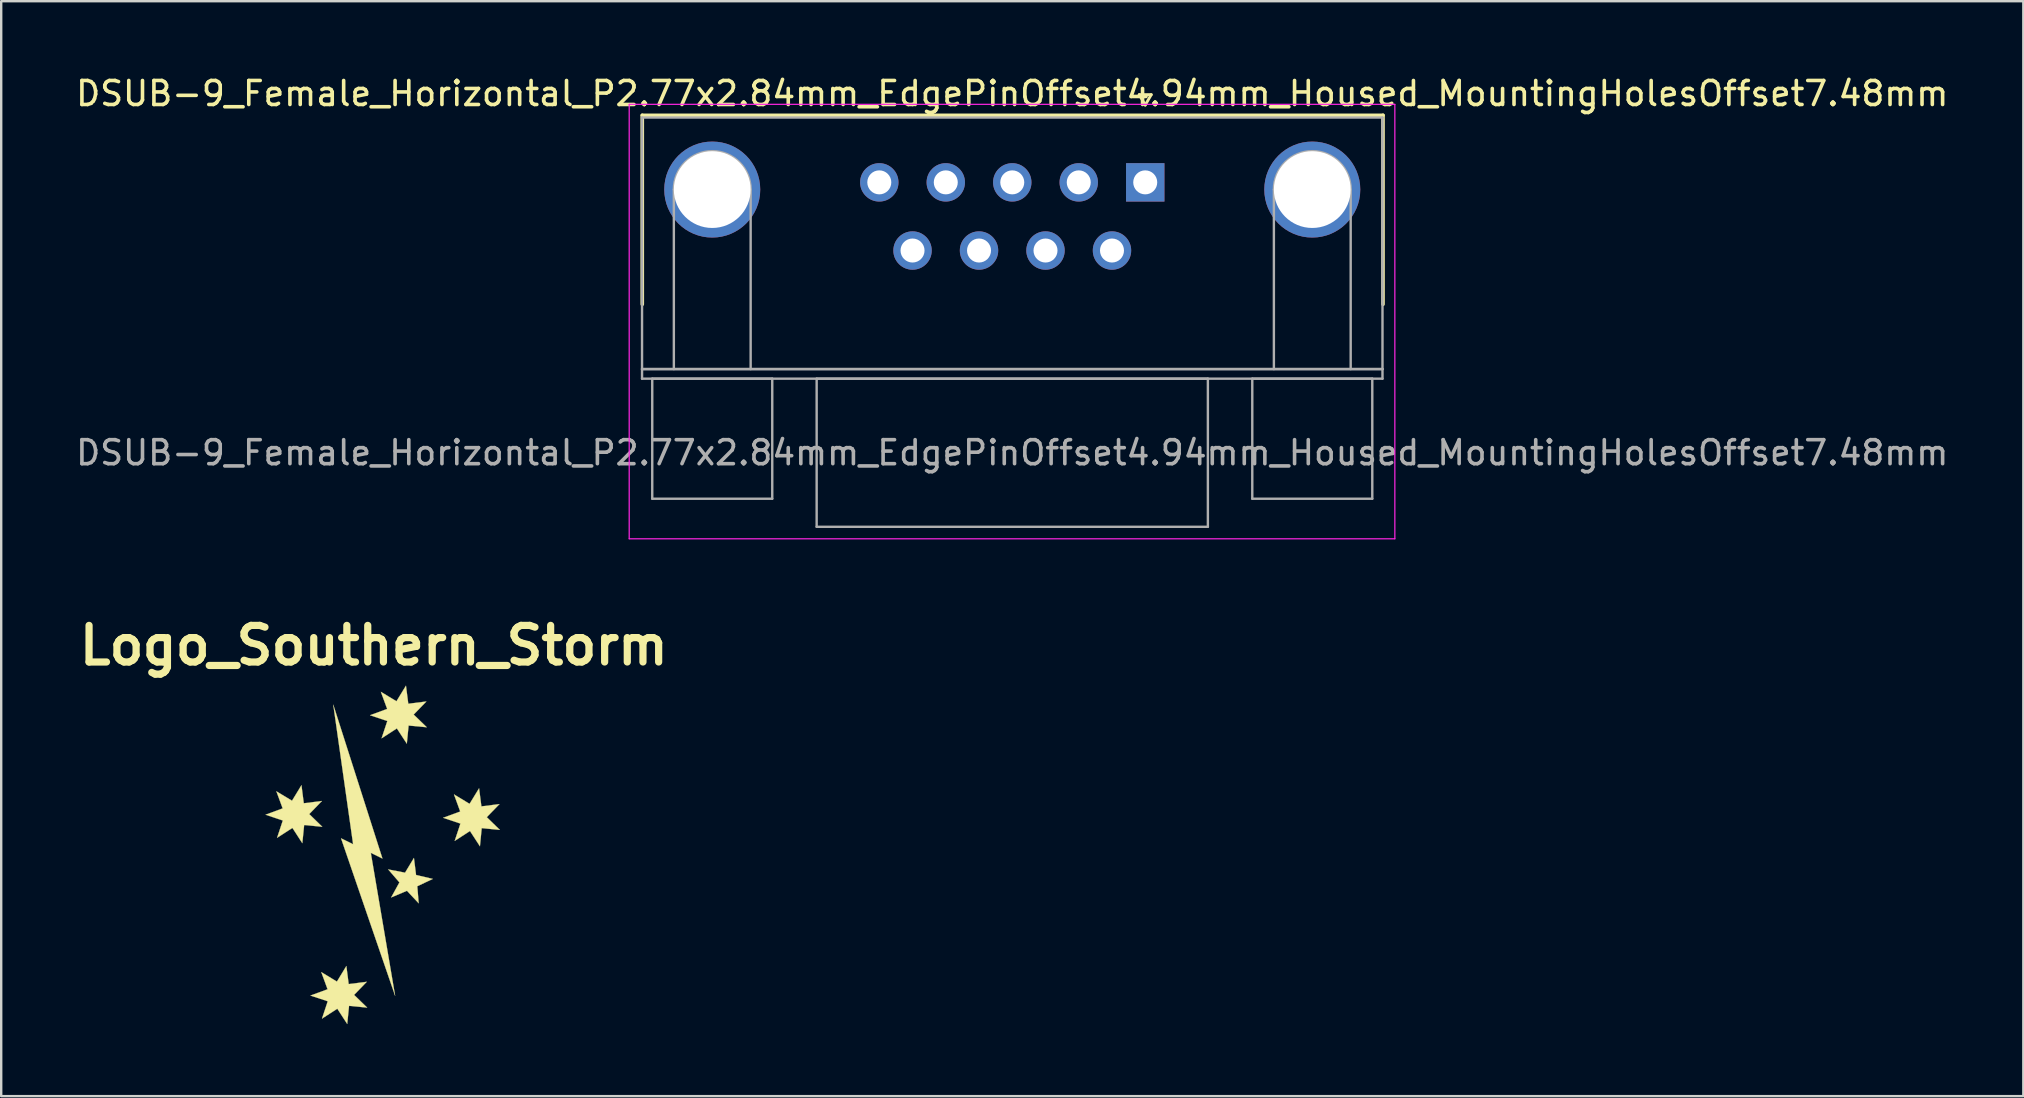
<source format=kicad_pcb>
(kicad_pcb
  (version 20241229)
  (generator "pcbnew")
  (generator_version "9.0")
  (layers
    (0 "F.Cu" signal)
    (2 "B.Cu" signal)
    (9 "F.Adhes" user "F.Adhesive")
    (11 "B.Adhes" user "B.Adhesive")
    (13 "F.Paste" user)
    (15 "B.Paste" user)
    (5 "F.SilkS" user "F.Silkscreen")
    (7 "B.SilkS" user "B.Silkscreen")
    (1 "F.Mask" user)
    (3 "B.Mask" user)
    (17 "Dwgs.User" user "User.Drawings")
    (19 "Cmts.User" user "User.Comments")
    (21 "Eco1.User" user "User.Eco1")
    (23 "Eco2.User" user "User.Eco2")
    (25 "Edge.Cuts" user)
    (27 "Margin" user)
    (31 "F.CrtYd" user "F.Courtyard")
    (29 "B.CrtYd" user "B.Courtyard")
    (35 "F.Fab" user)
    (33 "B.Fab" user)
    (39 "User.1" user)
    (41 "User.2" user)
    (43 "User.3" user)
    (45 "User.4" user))
  (footprint "DSUB-9_Female_Horizontal_P2.77x2.84mm_EdgePinOffset4.94mm_Housed_MountingHolesOffset7.48mm"
    (layer "F.Cu")
    (at 44.665 4.548)
    (property "Reference" "DSUB-9_Female_Horizontal_P2.77x2.84mm_EdgePinOffset4.94mm_Housed_MountingHolesOffset7.48mm" (at -5.54 -3.7 0) (layer "F.SilkS") (effects (font (size 1 1) (thickness 0.15))))
    (attr through_hole)
    (fp_line (start -20.955 -2.794) (end -20.955 5.08) (stroke (width 0.15) (type solid)) (layer "F.SilkS"))
    (fp_line (start -20.955 -2.794) (end 9.906 -2.794) (stroke (width 0.15) (type solid)) (layer "F.SilkS"))
    (fp_line (start -0.25 -3.654) (end 0.25 -3.654) (stroke (width 0.12) (type solid)) (layer "F.SilkS"))
    (fp_line (start 0 -3.221) (end -0.25 -3.654) (stroke (width 0.12) (type solid)) (layer "F.SilkS"))
    (fp_line (start 0.25 -3.654) (end 0 -3.221) (stroke (width 0.12) (type solid)) (layer "F.SilkS"))
    (fp_line (start 9.906 -2.794) (end 9.906 5.08) (stroke (width 0.15) (type solid)) (layer "F.SilkS"))
    (fp_line (start -21.5 -3.25) (end -21.5 14.85) (stroke (width 0.05) (type solid)) (layer "F.CrtYd"))
    (fp_line (start -21.5 14.85) (end 10.4 14.85) (stroke (width 0.05) (type solid)) (layer "F.CrtYd"))
    (fp_line (start 10.4 -3.25) (end -21.5 -3.25) (stroke (width 0.05) (type solid)) (layer "F.CrtYd"))
    (fp_line (start 10.4 14.85) (end 10.4 -3.25) (stroke (width 0.05) (type solid)) (layer "F.CrtYd"))
    (fp_line (start -20.965 -2.7) (end -20.965 7.78) (stroke (width 0.1) (type solid)) (layer "F.Fab"))
    (fp_line (start -20.965 7.78) (end -20.965 8.18) (stroke (width 0.1) (type solid)) (layer "F.Fab"))
    (fp_line (start -20.965 7.78) (end 9.885 7.78) (stroke (width 0.1) (type solid)) (layer "F.Fab"))
    (fp_line (start -20.965 8.18) (end 9.885 8.18) (stroke (width 0.1) (type solid)) (layer "F.Fab"))
    (fp_line (start -20.54 8.18) (end -20.54 13.18) (stroke (width 0.1) (type solid)) (layer "F.Fab"))
    (fp_line (start -20.54 13.18) (end -15.54 13.18) (stroke (width 0.1) (type solid)) (layer "F.Fab"))
    (fp_line (start -19.64 7.78) (end -19.64 0.3) (stroke (width 0.1) (type solid)) (layer "F.Fab"))
    (fp_line (start -16.44 7.78) (end -16.44 0.3) (stroke (width 0.1) (type solid)) (layer "F.Fab"))
    (fp_line (start -15.54 8.18) (end -20.54 8.18) (stroke (width 0.1) (type solid)) (layer "F.Fab"))
    (fp_line (start -15.54 13.18) (end -15.54 8.18) (stroke (width 0.1) (type solid)) (layer "F.Fab"))
    (fp_line (start -13.69 8.18) (end -13.69 14.35) (stroke (width 0.1) (type solid)) (layer "F.Fab"))
    (fp_line (start -13.69 14.35) (end 2.61 14.35) (stroke (width 0.1) (type solid)) (layer "F.Fab"))
    (fp_line (start 2.61 8.18) (end -13.69 8.18) (stroke (width 0.1) (type solid)) (layer "F.Fab"))
    (fp_line (start 2.61 14.35) (end 2.61 8.18) (stroke (width 0.1) (type solid)) (layer "F.Fab"))
    (fp_line (start 4.46 8.18) (end 4.46 13.18) (stroke (width 0.1) (type solid)) (layer "F.Fab"))
    (fp_line (start 4.46 13.18) (end 9.46 13.18) (stroke (width 0.1) (type solid)) (layer "F.Fab"))
    (fp_line (start 5.36 7.78) (end 5.36 0.3) (stroke (width 0.1) (type solid)) (layer "F.Fab"))
    (fp_line (start 8.56 7.78) (end 8.56 0.3) (stroke (width 0.1) (type solid)) (layer "F.Fab"))
    (fp_line (start 9.46 8.18) (end 4.46 8.18) (stroke (width 0.1) (type solid)) (layer "F.Fab"))
    (fp_line (start 9.46 13.18) (end 9.46 8.18) (stroke (width 0.1) (type solid)) (layer "F.Fab"))
    (fp_line (start 9.885 -2.7) (end -20.965 -2.7) (stroke (width 0.1) (type solid)) (layer "F.Fab"))
    (fp_line (start 9.885 7.78) (end -20.965 7.78) (stroke (width 0.1) (type solid)) (layer "F.Fab"))
    (fp_line (start 9.885 7.78) (end 9.885 -2.7) (stroke (width 0.1) (type solid)) (layer "F.Fab"))
    (fp_line (start 9.885 8.18) (end 9.885 7.78) (stroke (width 0.1) (type solid)) (layer "F.Fab"))
    (fp_arc (start -19.64 0.3) (mid -18.04 -1.3) (end -16.44 0.3) (stroke (width 0.1) (type solid)) (layer "F.Fab"))
    (fp_arc (start 5.36 0.3) (mid 6.96 -1.3) (end 8.56 0.3) (stroke (width 0.1) (type solid)) (layer "F.Fab"))
    (fp_text user "${REFERENCE}" (at -5.54 11.265 0) (layer "F.Fab") (effects (font (size 1 1) (thickness 0.15))))
    (pad "0" thru_hole circle (at -18.04 0.3) (size 4 4) (drill 3.2) (layers "*.Cu" "*.Mask"))
    (pad "0" thru_hole circle (at 6.96 0.3) (size 4 4) (drill 3.2) (layers "*.Cu" "*.Mask"))
    (pad "1" thru_hole rect (at 0 0) (size 1.6 1.6) (drill 1) (layers "*.Cu" "*.Mask"))
    (pad "2" thru_hole circle (at -2.77 0) (size 1.6 1.6) (drill 1) (layers "*.Cu" "*.Mask"))
    (pad "3" thru_hole circle (at -5.54 0) (size 1.6 1.6) (drill 1) (layers "*.Cu" "*.Mask"))
    (pad "4" thru_hole circle (at -8.31 0) (size 1.6 1.6) (drill 1) (layers "*.Cu" "*.Mask"))
    (pad "5" thru_hole circle (at -11.08 0) (size 1.6 1.6) (drill 1) (layers "*.Cu" "*.Mask"))
    (pad "6" thru_hole circle (at -1.385 2.84) (size 1.6 1.6) (drill 1) (layers "*.Cu" "*.Mask"))
    (pad "7" thru_hole circle (at -4.155 2.84) (size 1.6 1.6) (drill 1) (layers "*.Cu" "*.Mask"))
    (pad "8" thru_hole circle (at -6.925 2.84) (size 1.6 1.6) (drill 1) (layers "*.Cu" "*.Mask"))
    (pad "9" thru_hole circle (at -9.695 2.84) (size 1.6 1.6) (drill 1) (layers "*.Cu" "*.Mask")))
  (footprint "Logo_Southern_Storm"
    (layer "F.Cu")
    (at 12.526 23.841)
    (property "Reference" "Logo_Southern_Storm" (at 0 0 0) (layer "F.SilkS") (effects (font (size 1.524 1.524) (thickness 0.3))))
    (attr through_hole)
    (fp_poly (pts (xy 0.887 14.599) (xy -0.127 8.642) (xy 0.358 8.879) (xy -1.691 2.468) (xy -0.864 8.283) (xy -1.367 8.037) (xy 0.887 14.599)) (stroke (width 0.01) (type solid)) (fill yes) (layer "F.SilkS"))
    (fp_poly (pts (xy 0.597 9.332) (xy 1.065 9.874) (xy 0.72 10.501) (xy 1.38 10.223) (xy 1.869 10.746) (xy 1.81 10.033) (xy 2.457 9.728) (xy 1.759 9.565) (xy 1.67 8.854) (xy 1.3 9.468) (xy 0.597 9.332)) (stroke (width 0.01) (type solid)) (fill yes) (layer "F.SilkS"))
    (fp_poly (pts (xy -4.062 6.077) (xy -3.799 6.79) (xy -4.513 7.053) (xy -3.793 7.294) (xy -4.032 8.016) (xy -3.393 7.603) (xy -2.98 8.24) (xy -2.904 7.482) (xy -2.148 7.556) (xy -2.692 7.027) (xy -2.163 6.481) (xy -2.919 6.576) (xy -3.016 5.823) (xy -3.41 6.471) (xy -4.062 6.077)) (stroke (width 0.01) (type solid)) (fill yes) (layer "F.SilkS"))
    (fp_poly (pts (xy -2.191 13.61) (xy -1.928 14.326) (xy -2.642 14.588) (xy -1.922 14.827) (xy -2.161 15.549) (xy -1.522 15.136) (xy -1.109 15.773) (xy -1.033 15.016) (xy -0.277 15.09) (xy -0.823 14.561) (xy -0.294 14.014) (xy -1.048 14.11) (xy -1.145 13.356) (xy -1.539 14.006) (xy -2.191 13.61)) (stroke (width 0.01) (type solid)) (fill yes) (layer "F.SilkS"))
    (fp_poly (pts (xy 0.292 1.933) (xy 0.555 2.646) (xy -0.159 2.908) (xy 0.561 3.15) (xy 0.322 3.871) (xy 0.959 3.457) (xy 1.374 4.094) (xy 1.448 3.338) (xy 2.206 3.41) (xy 1.659 2.881) (xy 2.189 2.335) (xy 1.435 2.43) (xy 1.338 1.676) (xy 0.942 2.326) (xy 0.292 1.933)) (stroke (width 0.01) (type solid)) (fill yes) (layer "F.SilkS"))
    (fp_poly (pts (xy 3.338 6.206) (xy 3.598 6.919) (xy 2.885 7.182) (xy 3.607 7.423) (xy 3.368 8.145) (xy 4.005 7.732) (xy 4.42 8.369) (xy 4.494 7.612) (xy 5.251 7.686) (xy 4.705 7.156) (xy 5.235 6.61) (xy 4.481 6.706) (xy 4.384 5.952) (xy 3.988 6.6) (xy 3.338 6.206)) (stroke (width 0.01) (type solid)) (fill yes) (layer "F.SilkS")))
  (gr_rect
    (start -3 -3)
    (end 81.25 42.62)
    (stroke (width 0.1) (type default))
    (fill no)
    (layer "Edge.Cuts")))
</source>
